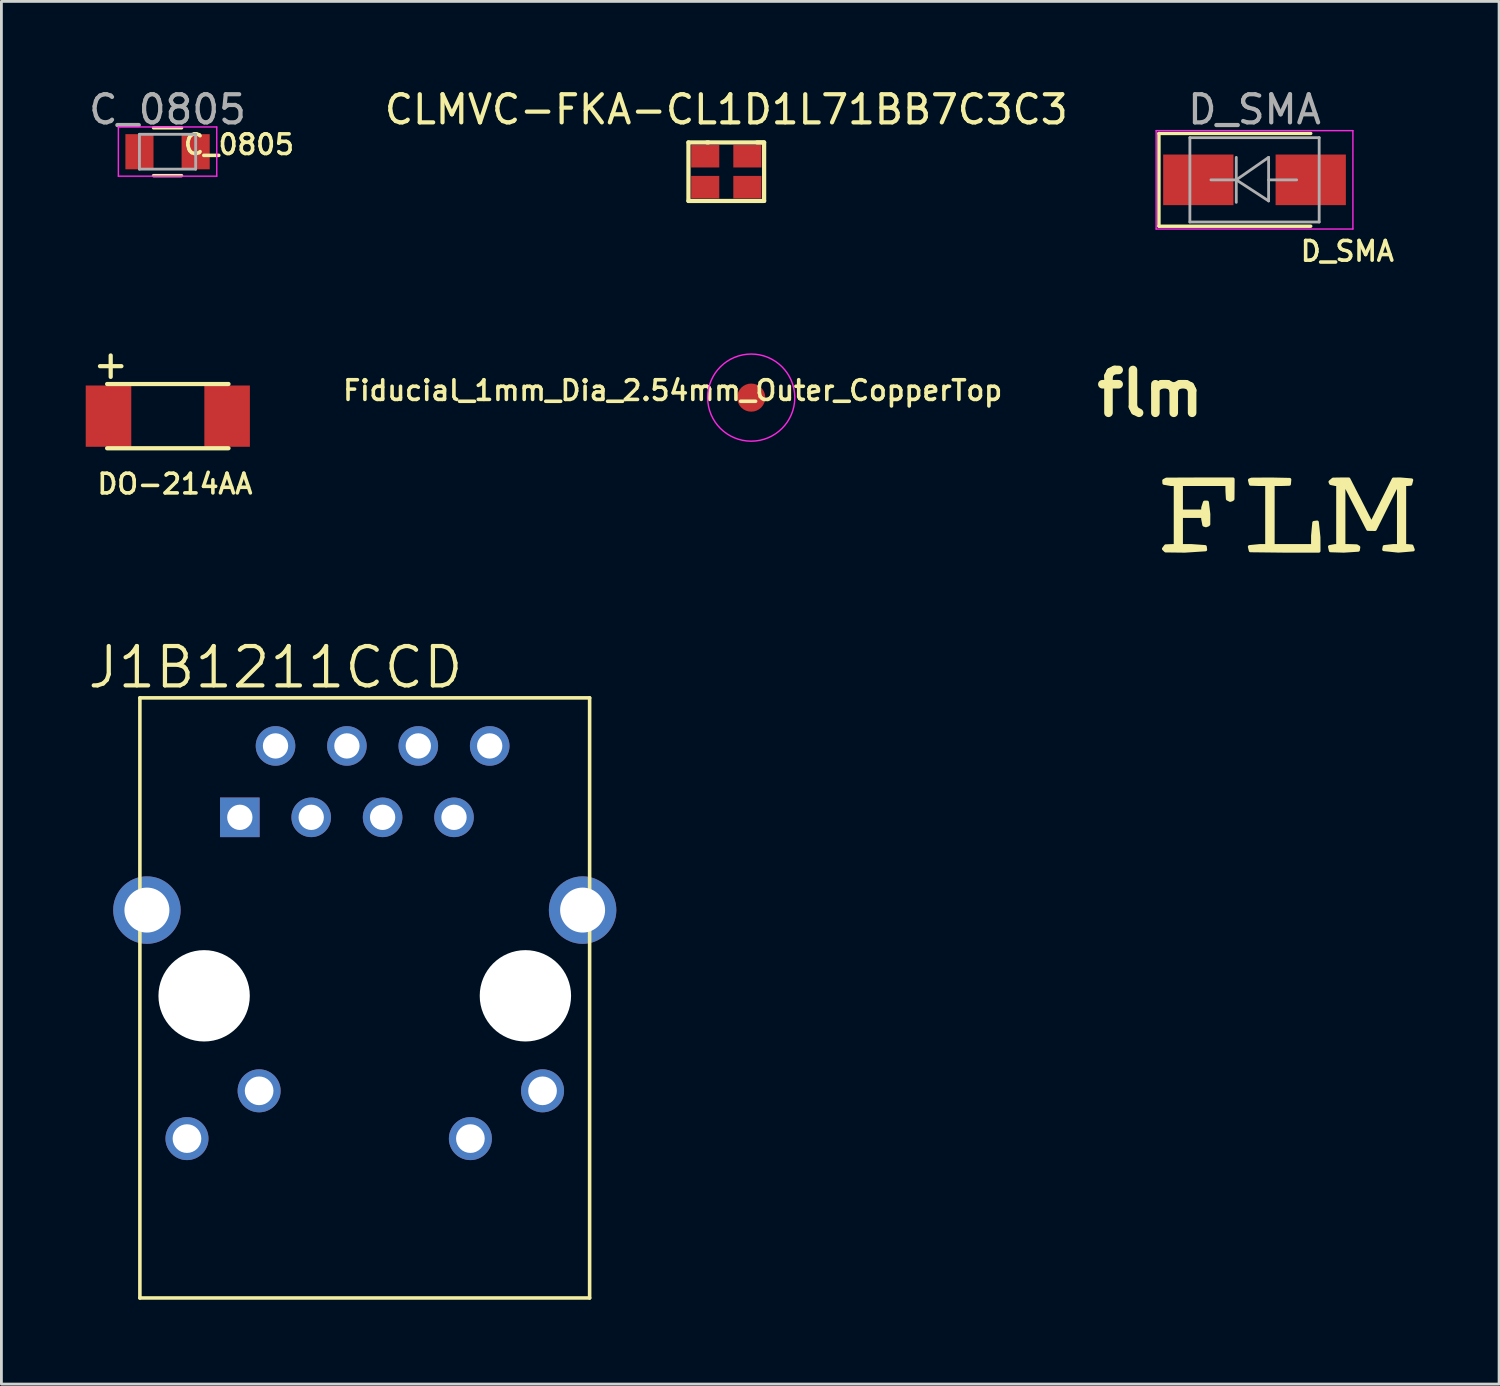
<source format=kicad_pcb>
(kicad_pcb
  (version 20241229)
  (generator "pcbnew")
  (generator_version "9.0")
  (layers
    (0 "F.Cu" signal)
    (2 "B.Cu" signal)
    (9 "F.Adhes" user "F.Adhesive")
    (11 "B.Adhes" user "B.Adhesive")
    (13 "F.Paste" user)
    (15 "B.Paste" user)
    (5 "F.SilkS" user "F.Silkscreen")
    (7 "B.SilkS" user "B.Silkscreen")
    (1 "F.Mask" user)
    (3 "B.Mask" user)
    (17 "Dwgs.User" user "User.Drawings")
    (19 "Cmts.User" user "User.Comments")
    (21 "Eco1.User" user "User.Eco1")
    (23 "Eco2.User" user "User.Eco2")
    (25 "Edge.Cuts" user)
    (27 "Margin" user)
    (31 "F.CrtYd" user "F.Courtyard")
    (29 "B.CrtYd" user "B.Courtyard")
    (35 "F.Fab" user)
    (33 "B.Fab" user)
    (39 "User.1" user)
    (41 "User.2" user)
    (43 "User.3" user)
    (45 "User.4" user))
  (footprint "DO-214AA"
    (layer "F.Cu")
    (at 2.92 11.755)
    (property "Reference" "DO-214AA" (at 0.254 2.413 0) (layer "F.SilkS") (effects (font (size 0.7 0.7) (thickness 0.127))))
    (attr through_hole)
    (fp_line (start -2.413 -1.778) (end -1.651 -1.778) (stroke (width 0.15) (type solid)) (layer "F.SilkS"))
    (fp_line (start -2.159 -1.143) (end 2.159 -1.143) (stroke (width 0.15) (type solid)) (layer "F.SilkS"))
    (fp_line (start -2.159 1.143) (end 2.159 1.143) (stroke (width 0.15) (type solid)) (layer "F.SilkS"))
    (fp_line (start -2.032 -2.159) (end -2.032 -1.397) (stroke (width 0.15) (type solid)) (layer "F.SilkS"))
    (pad "1" smd rect (at -2.11 0) (size 1.62 2.18) (layers "F.Cu" "F.Mask" "F.Paste"))
    (pad "2" smd rect (at 2.11 0) (size 1.62 2.18) (layers "F.Cu" "F.Mask" "F.Paste")))
  (footprint "C_0805"
    (layer "F.Cu")
    (at 2.911 2.348)
    (property "Reference" "C_0805" (at 2.54 -0.254 180) (layer "F.SilkS") (effects (font (size 0.7 0.7) (thickness 0.127))))
    (attr smd)
    (fp_line (start -0.5 0.85) (end 0.5 0.85) (stroke (width 0.12) (type solid)) (layer "F.SilkS"))
    (fp_line (start 0.5 -0.85) (end -0.5 -0.85) (stroke (width 0.12) (type solid)) (layer "F.SilkS"))
    (fp_line (start -1.75 -0.88) (end -1.75 0.87) (stroke (width 0.05) (type solid)) (layer "F.CrtYd"))
    (fp_line (start -1.75 -0.88) (end 1.75 -0.88) (stroke (width 0.05) (type solid)) (layer "F.CrtYd"))
    (fp_line (start 1.75 0.87) (end -1.75 0.87) (stroke (width 0.05) (type solid)) (layer "F.CrtYd"))
    (fp_line (start 1.75 0.87) (end 1.75 -0.88) (stroke (width 0.05) (type solid)) (layer "F.CrtYd"))
    (fp_line (start -1 -0.62) (end 1 -0.62) (stroke (width 0.1) (type solid)) (layer "F.Fab"))
    (fp_line (start -1 0.62) (end -1 -0.62) (stroke (width 0.1) (type solid)) (layer "F.Fab"))
    (fp_line (start 1 -0.62) (end 1 0.62) (stroke (width 0.1) (type solid)) (layer "F.Fab"))
    (fp_line (start 1 0.62) (end -1 0.62) (stroke (width 0.1) (type solid)) (layer "F.Fab"))
    (fp_text user "${REFERENCE}" (at 0 -1.5 0) (layer "F.Fab") (effects (font (size 1 1) (thickness 0.15))))
    (pad "1" smd rect (at -1 0) (size 1 1.25) (layers "F.Cu" "F.Mask" "F.Paste"))
    (pad "2" smd rect (at 1 0) (size 1 1.25) (layers "F.Cu" "F.Mask" "F.Paste")))
  (footprint "flm"
    (layer "F.Cu")
    (at 37.874 13.707)
    (property "Reference" "flm" (at 0 -2.76 0) (layer "F.SilkS") (effects (font (size 1.524 1.524) (thickness 0.305))))
    (attr exclude_from_pos_files exclude_from_bom)
    (fp_poly (pts (xy 3.603 0.296) (xy 3.534 0.323) (xy 3.569 0.464) (xy 3.873 0.474) (xy 4.148 0.474) (xy 4.148 1.567) (xy 4.148 2.659) (xy 3.907 2.659) (xy 3.531 2.695) (xy 3.564 2.831) (xy 4.797 2.845) (xy 5.995 2.845) (xy 5.993 2.361) (xy 5.936 1.821) (xy 5.823 1.837) (xy 5.78 2.305) (xy 5.78 2.659) (xy 5.072 2.659) (xy 4.364 2.659) (xy 4.364 1.567) (xy 4.364 0.474) (xy 4.639 0.474) (xy 4.943 0.465) (xy 4.957 0.305) (xy 4.289 0.291) (xy 3.603 0.296)) (stroke (width 0.12) (type solid)) (fill yes) (layer "F.SilkS"))
    (fp_poly (pts (xy 0.575 0.295) (xy 0.485 0.342) (xy 0.49 0.432) (xy 0.73 0.474) (xy 0.894 0.474) (xy 0.894 1.566) (xy 0.894 2.658) (xy 0.73 2.661) (xy 0.549 2.669) (xy 0.475 2.768) (xy 0.545 2.837) (xy 1.226 2.845) (xy 1.963 2.797) (xy 1.95 2.695) (xy 1.453 2.659) (xy 1.101 2.659) (xy 1.101 2.135) (xy 1.101 1.61) (xy 1.486 1.61) (xy 1.871 1.61) (xy 1.871 1.708) (xy 1.912 1.92) (xy 1.979 1.942) (xy 2.046 1.918) (xy 2.074 1.895) (xy 2.076 1.533) (xy 2.025 1.114) (xy 1.932 1.114) (xy 1.873 1.301) (xy 1.868 1.431) (xy 1.485 1.431) (xy 1.101 1.431) (xy 1.101 0.953) (xy 1.101 0.474) (xy 1.916 0.474) (xy 2.731 0.474) (xy 2.734 0.722) (xy 2.75 0.992) (xy 2.842 1.039) (xy 2.911 1.016) (xy 2.935 0.995) (xy 2.938 0.642) (xy 2.94 0.289) (xy 1.778 0.29) (xy 0.575 0.295)) (stroke (width 0.12) (type solid)) (fill yes) (layer "F.SilkS"))
    (fp_poly (pts (xy 6.504 0.295) (xy 6.399 0.387) (xy 6.422 0.439) (xy 6.59 0.474) (xy 6.674 0.474) (xy 6.674 1.566) (xy 6.674 2.657) (xy 6.565 2.661) (xy 6.382 2.694) (xy 6.413 2.831) (xy 6.88 2.845) (xy 7.396 2.812) (xy 7.411 2.712) (xy 7.343 2.669) (xy 7.103 2.661) (xy 6.881 2.658) (xy 6.881 1.566) (xy 6.881 0.474) (xy 6.902 0.474) (xy 6.956 0.536) (xy 6.989 0.599) (xy 7.018 0.656) (xy 7.047 0.713) (xy 7.08 0.777) (xy 7.113 0.841) (xy 7.133 0.883) (xy 7.229 1.071) (xy 7.3 1.208) (xy 7.329 1.264) (xy 7.404 1.408) (xy 7.436 1.471) (xy 7.461 1.52) (xy 7.486 1.57) (xy 7.512 1.622) (xy 7.585 1.763) (xy 7.614 1.821) (xy 7.643 1.877) (xy 7.667 1.925) (xy 7.716 2.02) (xy 7.742 2.07) (xy 7.868 2.072) (xy 7.995 2.074) (xy 8.15 1.762) (xy 8.778 0.497) (xy 8.813 0.474) (xy 8.836 0.474) (xy 8.836 1.567) (xy 8.836 2.659) (xy 8.648 2.659) (xy 8.328 2.694) (xy 8.31 2.791) (xy 8.824 2.844) (xy 9.349 2.8) (xy 9.302 2.674) (xy 9.157 2.661) (xy 9.043 2.657) (xy 9.043 1.566) (xy 9.043 0.474) (xy 9.136 0.474) (xy 9.258 0.464) (xy 9.294 0.323) (xy 8.895 0.29) (xy 8.651 0.292) (xy 8.464 0.671) (xy 8.258 1.083) (xy 8.239 1.121) (xy 8.222 1.158) (xy 8.025 1.553) (xy 7.869 1.867) (xy 7.847 1.827) (xy 7.825 1.785) (xy 7.792 1.72) (xy 7.759 1.656) (xy 7.73 1.6) (xy 7.701 1.543) (xy 7.668 1.478) (xy 7.635 1.414) (xy 7.615 1.373) (xy 7.546 1.238) (xy 7.51 1.168) (xy 7.486 1.121) (xy 7.464 1.076) (xy 7.406 0.964) (xy 7.344 0.847) (xy 7.32 0.799) (xy 7.287 0.735) (xy 7.254 0.671) (xy 7.234 0.63) (xy 7.137 0.442) (xy 7.107 0.382) (xy 7.071 0.312) (xy 7.059 0.289) (xy 6.803 0.29) (xy 6.504 0.295)) (stroke (width 0.12) (type solid)) (fill yes) (layer "F.SilkS")))
  (footprint "Fiducial_1mm_Dia_2.54mm_Outer_CopperTop"
    (layer "F.Cu")
    (at 23.676 11.096)
    (property "Reference" "Fiducial_1mm_Dia_2.54mm_Outer_CopperTop" (at -2.794 -0.254 0) (layer "F.SilkS") (effects (font (size 0.7 0.7) (thickness 0.127))))
    (attr exclude_from_pos_files exclude_from_bom)
    (fp_circle (center 0 0) (end 1.55 0) (stroke (width 0.05) (type solid)) (fill no) (layer "F.CrtYd"))
    (pad "~" smd circle (at 0 0) (size 1 1) (layers "F.Cu" "F.Mask")))
  (footprint "D_SMA"
    (layer "F.Cu")
    (at 41.582 3.348)
    (property "Reference" "D_SMA" (at 3.302 2.54 0) (layer "F.SilkS") (effects (font (size 0.7 0.7) (thickness 0.127))))
    (attr smd)
    (fp_line (start -3.4 -1.65) (end -3.4 1.65) (stroke (width 0.12) (type solid)) (layer "F.SilkS"))
    (fp_line (start -3.4 -1.65) (end 2 -1.65) (stroke (width 0.12) (type solid)) (layer "F.SilkS"))
    (fp_line (start -3.4 1.65) (end 2 1.65) (stroke (width 0.12) (type solid)) (layer "F.SilkS"))
    (fp_line (start -3.5 -1.75) (end 3.5 -1.75) (stroke (width 0.05) (type solid)) (layer "F.CrtYd"))
    (fp_line (start -3.5 1.75) (end -3.5 -1.75) (stroke (width 0.05) (type solid)) (layer "F.CrtYd"))
    (fp_line (start 3.5 -1.75) (end 3.5 1.75) (stroke (width 0.05) (type solid)) (layer "F.CrtYd"))
    (fp_line (start 3.5 1.75) (end -3.5 1.75) (stroke (width 0.05) (type solid)) (layer "F.CrtYd"))
    (fp_line (start -2.3 1.5) (end -2.3 -1.5) (stroke (width 0.1) (type solid)) (layer "F.Fab"))
    (fp_line (start -0.649 -0.799) (end -0.649 0.801) (stroke (width 0.1) (type solid)) (layer "F.Fab"))
    (fp_line (start -0.649 0.001) (end -1.551 0.001) (stroke (width 0.1) (type solid)) (layer "F.Fab"))
    (fp_line (start -0.649 0.001) (end 0.501 -0.799) (stroke (width 0.1) (type solid)) (layer "F.Fab"))
    (fp_line (start -0.649 0.001) (end 0.501 0.75) (stroke (width 0.1) (type solid)) (layer "F.Fab"))
    (fp_line (start 0.501 0.001) (end 1.499 0.001) (stroke (width 0.1) (type solid)) (layer "F.Fab"))
    (fp_line (start 0.501 0.75) (end 0.501 -0.799) (stroke (width 0.1) (type solid)) (layer "F.Fab"))
    (fp_line (start 2.3 -1.5) (end -2.3 -1.5) (stroke (width 0.1) (type solid)) (layer "F.Fab"))
    (fp_line (start 2.3 -1.5) (end 2.3 1.5) (stroke (width 0.1) (type solid)) (layer "F.Fab"))
    (fp_line (start 2.3 1.5) (end -2.3 1.5) (stroke (width 0.1) (type solid)) (layer "F.Fab"))
    (fp_text user "${REFERENCE}" (at 0 -2.5 0) (layer "F.Fab") (effects (font (size 1 1) (thickness 0.15))))
    (pad "1" smd rect (at -2 0) (size 2.5 1.8) (layers "F.Cu" "F.Mask" "F.Paste"))
    (pad "2" smd rect (at 2 0) (size 2.5 1.8) (layers "F.Cu" "F.Mask" "F.Paste")))
  (footprint "CLMVC-FKA-CL1D1L71BB7C3C3"
    (layer "F.Cu")
    (at 22.789 3.058)
    (property "Reference" "CLMVC-FKA-CL1D1L71BB7C3C3" (at 0 -2.21 0) (layer "F.SilkS") (effects (font (size 1 1) (thickness 0.15))))
    (attr through_hole)
    (fp_line (start -1.346 -1.041) (end -0.635 -1.041) (stroke (width 0.15) (type solid)) (layer "F.SilkS"))
    (fp_line (start -1.346 1.041) (end -1.346 -1.041) (stroke (width 0.15) (type solid)) (layer "F.SilkS"))
    (fp_line (start -0.686 -1.041) (end 1.295 -1.041) (stroke (width 0.15) (type solid)) (layer "F.SilkS"))
    (fp_line (start 1.092 -1.041) (end 1.346 -1.041) (stroke (width 0.15) (type solid)) (layer "F.SilkS"))
    (fp_line (start 1.346 -1.041) (end 1.346 1.041) (stroke (width 0.15) (type solid)) (layer "F.SilkS"))
    (fp_line (start 1.346 1.041) (end -1.346 1.041) (stroke (width 0.15) (type solid)) (layer "F.SilkS"))
    (pad "1" smd rect (at 0.75 0.55) (size 1 0.8) (layers "F.Cu" "F.Mask" "F.Paste"))
    (pad "2" smd rect (at -0.75 0.55) (size 1 0.8) (layers "F.Cu" "F.Mask" "F.Paste"))
    (pad "3" smd rect (at -0.75 -0.55) (size 1 0.8) (layers "F.Cu" "F.Mask" "F.Paste"))
    (pad "4" smd rect (at 0.75 -0.55) (size 1 0.8) (layers "*.Mask" "F.Cu" "F.Paste")))
  (footprint "J1B1211CCD"
    (layer "F.Cu")
    (at 9.927 32.378)
    (property "Reference" "J1B1211CCD" (at -3.175 -11.684 0) (layer "F.SilkS") (effects (font (size 1.4 1.4) (thickness 0.15))))
    (attr through_hole)
    (fp_line (start -8 -10.6) (end -8 10.75) (stroke (width 0.127) (type solid)) (layer "F.SilkS"))
    (fp_line (start -8 10.75) (end 8 10.75) (stroke (width 0.127) (type solid)) (layer "F.SilkS"))
    (fp_line (start 8 -10.6) (end -8 -10.6) (stroke (width 0.127) (type solid)) (layer "F.SilkS"))
    (fp_line (start 8 10.75) (end 8 -10.6) (stroke (width 0.127) (type solid)) (layer "F.SilkS"))
    (pad "" np_thru_hole circle (at -5.715 0) (size 3.25 3.25) (drill 3.25) (layers "*.Cu" "*.Mask"))
    (pad "" np_thru_hole circle (at 5.715 0) (size 3.25 3.25) (drill 3.25) (layers "*.Cu" "*.Mask"))
    (pad "1" thru_hole rect (at -4.445 -6.35) (size 1.408 1.408) (drill 0.9) (layers "*.Cu" "*.Mask"))
    (pad "2" thru_hole circle (at -3.175 -8.89) (size 1.408 1.408) (drill 0.9) (layers "*.Cu" "*.Mask"))
    (pad "3" thru_hole circle (at -1.905 -6.35) (size 1.408 1.408) (drill 0.9) (layers "*.Cu" "*.Mask"))
    (pad "4" thru_hole circle (at -0.635 -8.89) (size 1.408 1.408) (drill 0.9) (layers "*.Cu" "*.Mask"))
    (pad "5" thru_hole circle (at 0.635 -6.35) (size 1.408 1.408) (drill 0.9) (layers "*.Cu" "*.Mask"))
    (pad "6" thru_hole circle (at 1.905 -8.89) (size 1.408 1.408) (drill 0.9) (layers "*.Cu" "*.Mask"))
    (pad "7" thru_hole circle (at 3.175 -6.35) (size 1.408 1.408) (drill 0.9) (layers "*.Cu" "*.Mask"))
    (pad "8" thru_hole circle (at 4.445 -8.89) (size 1.408 1.408) (drill 0.9) (layers "*.Cu" "*.Mask"))
    (pad "9" thru_hole circle (at -6.325 5.08) (size 1.53 1.53) (drill 1.02) (layers "*.Cu" "*.Mask"))
    (pad "10" thru_hole circle (at -3.758 3.38) (size 1.53 1.53) (drill 1.02) (layers "*.Cu" "*.Mask"))
    (pad "11" thru_hole circle (at 3.758 5.08) (size 1.53 1.53) (drill 1.02) (layers "*.Cu" "*.Mask"))
    (pad "12" thru_hole circle (at 6.325 3.38) (size 1.53 1.53) (drill 1.02) (layers "*.Cu" "*.Mask"))
    (pad "13" thru_hole circle (at -7.75 -3.05) (size 2.4 2.4) (drill 1.6) (layers "*.Cu" "*.Mask"))
    (pad "14" thru_hole circle (at 7.75 -3.05) (size 2.4 2.4) (drill 1.6) (layers "*.Cu" "*.Mask")))
  (gr_rect
    (start -3 -3)
    (end 50.283 46.192)
    (stroke (width 0.1) (type default))
    (fill no)
    (layer "Edge.Cuts")))
</source>
